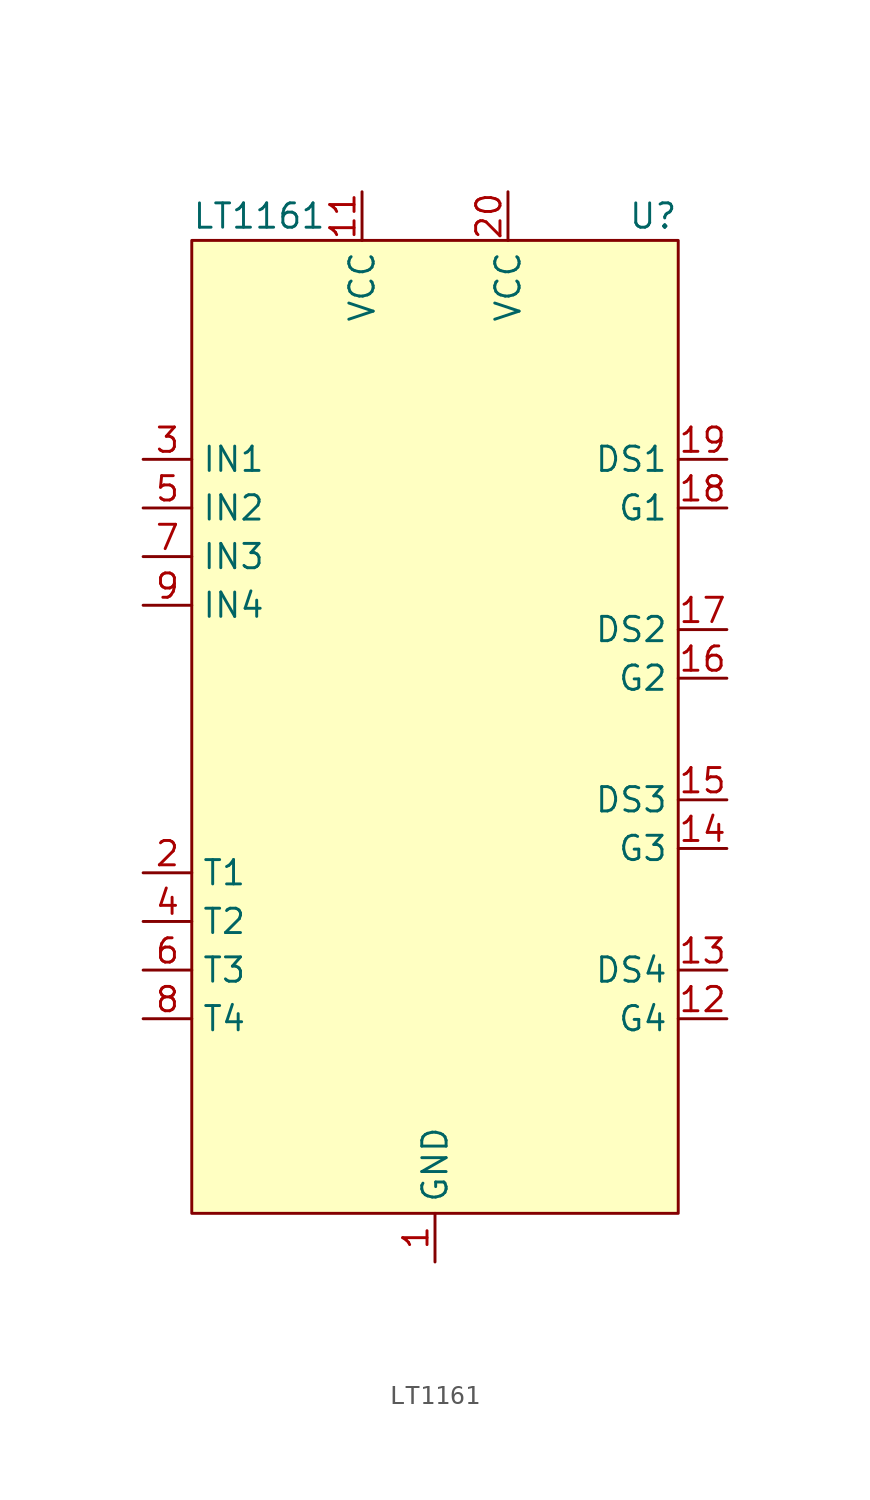
<source format=kicad_sym>
(kicad_symbol_lib
  (version 20241209)
  (generator "kicad_symbol_editor")
  (generator_version "9.0")
  (symbol "LT1161"
    (property "Reference" "U"
      (at 12.7 26.67 0)
      (effects (font (size 1.27 1.27)) (justify right)))
    (property "Value" "LT1161"
      (at -12.7 26.67 0)
      (effects (font (size 1.27 1.27)) (justify left)))
    (symbol "LT1161_1_1"
      (rectangle (start -12.7 25.4) (end 12.7 -25.4) (stroke (width 0) (type solid)) (fill (type background)))
      (pin input line (at -15.24 13.97 0) (length 2.54) (name "IN1" (effects (font (size 1.27 1.27)))) (number "3" (effects (font (size 1.27 1.27)))))
      (pin input line (at -15.24 11.43 0) (length 2.54) (name "IN2" (effects (font (size 1.27 1.27)))) (number "5" (effects (font (size 1.27 1.27)))))
      (pin input line (at -15.24 8.89 0) (length 2.54) (name "IN3" (effects (font (size 1.27 1.27)))) (number "7" (effects (font (size 1.27 1.27)))))
      (pin input line (at -15.24 6.35 0) (length 2.54) (name "IN4" (effects (font (size 1.27 1.27)))) (number "9" (effects (font (size 1.27 1.27)))))
      (pin passive line (at -15.24 -7.62 0) (length 2.54) (name "T1" (effects (font (size 1.27 1.27)))) (number "2" (effects (font (size 1.27 1.27)))))
      (pin passive line (at -15.24 -10.16 0) (length 2.54) (name "T2" (effects (font (size 1.27 1.27)))) (number "4" (effects (font (size 1.27 1.27)))))
      (pin passive line (at -15.24 -12.7 0) (length 2.54) (name "T3" (effects (font (size 1.27 1.27)))) (number "6" (effects (font (size 1.27 1.27)))))
      (pin passive line (at -15.24 -15.24 0) (length 2.54) (name "T4" (effects (font (size 1.27 1.27)))) (number "8" (effects (font (size 1.27 1.27)))))
      (pin power_in line (at -3.81 27.94 270) (length 2.54) (name "VCC" (effects (font (size 1.27 1.27)))) (number "11" (effects (font (size 1.27 1.27)))))
      (pin input line (at 0 -27.94 90) (length 2.54) (name "GND" (effects (font (size 1.27 1.27)))) (number "1" (effects (font (size 1.27 1.27)))))
      (pin input line (at 0 -27.94 90) (length 2.54) (hide yes) (name "GND" (effects (font (size 1.27 1.27)))) (number "10" (effects (font (size 1.27 1.27)))))
      (pin power_in line (at 3.81 27.94 270) (length 2.54) (name "VCC" (effects (font (size 1.27 1.27)))) (number "20" (effects (font (size 1.27 1.27)))))
      (pin passive line (at 15.24 13.97 180) (length 2.54) (name "DS1" (effects (font (size 1.27 1.27)))) (number "19" (effects (font (size 1.27 1.27)))))
      (pin output line (at 15.24 11.43 180) (length 2.54) (name "G1" (effects (font (size 1.27 1.27)))) (number "18" (effects (font (size 1.27 1.27)))))
      (pin passive line (at 15.24 5.08 180) (length 2.54) (name "DS2" (effects (font (size 1.27 1.27)))) (number "17" (effects (font (size 1.27 1.27)))))
      (pin output line (at 15.24 2.54 180) (length 2.54) (name "G2" (effects (font (size 1.27 1.27)))) (number "16" (effects (font (size 1.27 1.27)))))
      (pin passive line (at 15.24 -3.81 180) (length 2.54) (name "DS3" (effects (font (size 1.27 1.27)))) (number "15" (effects (font (size 1.27 1.27)))))
      (pin output line (at 15.24 -6.35 180) (length 2.54) (name "G3" (effects (font (size 1.27 1.27)))) (number "14" (effects (font (size 1.27 1.27)))))
      (pin passive line (at 15.24 -12.7 180) (length 2.54) (name "DS4" (effects (font (size 1.27 1.27)))) (number "13" (effects (font (size 1.27 1.27)))))
      (pin output line (at 15.24 -15.24 180) (length 2.54) (name "G4" (effects (font (size 1.27 1.27)))) (number "12" (effects (font (size 1.27 1.27))))))))
</source>
